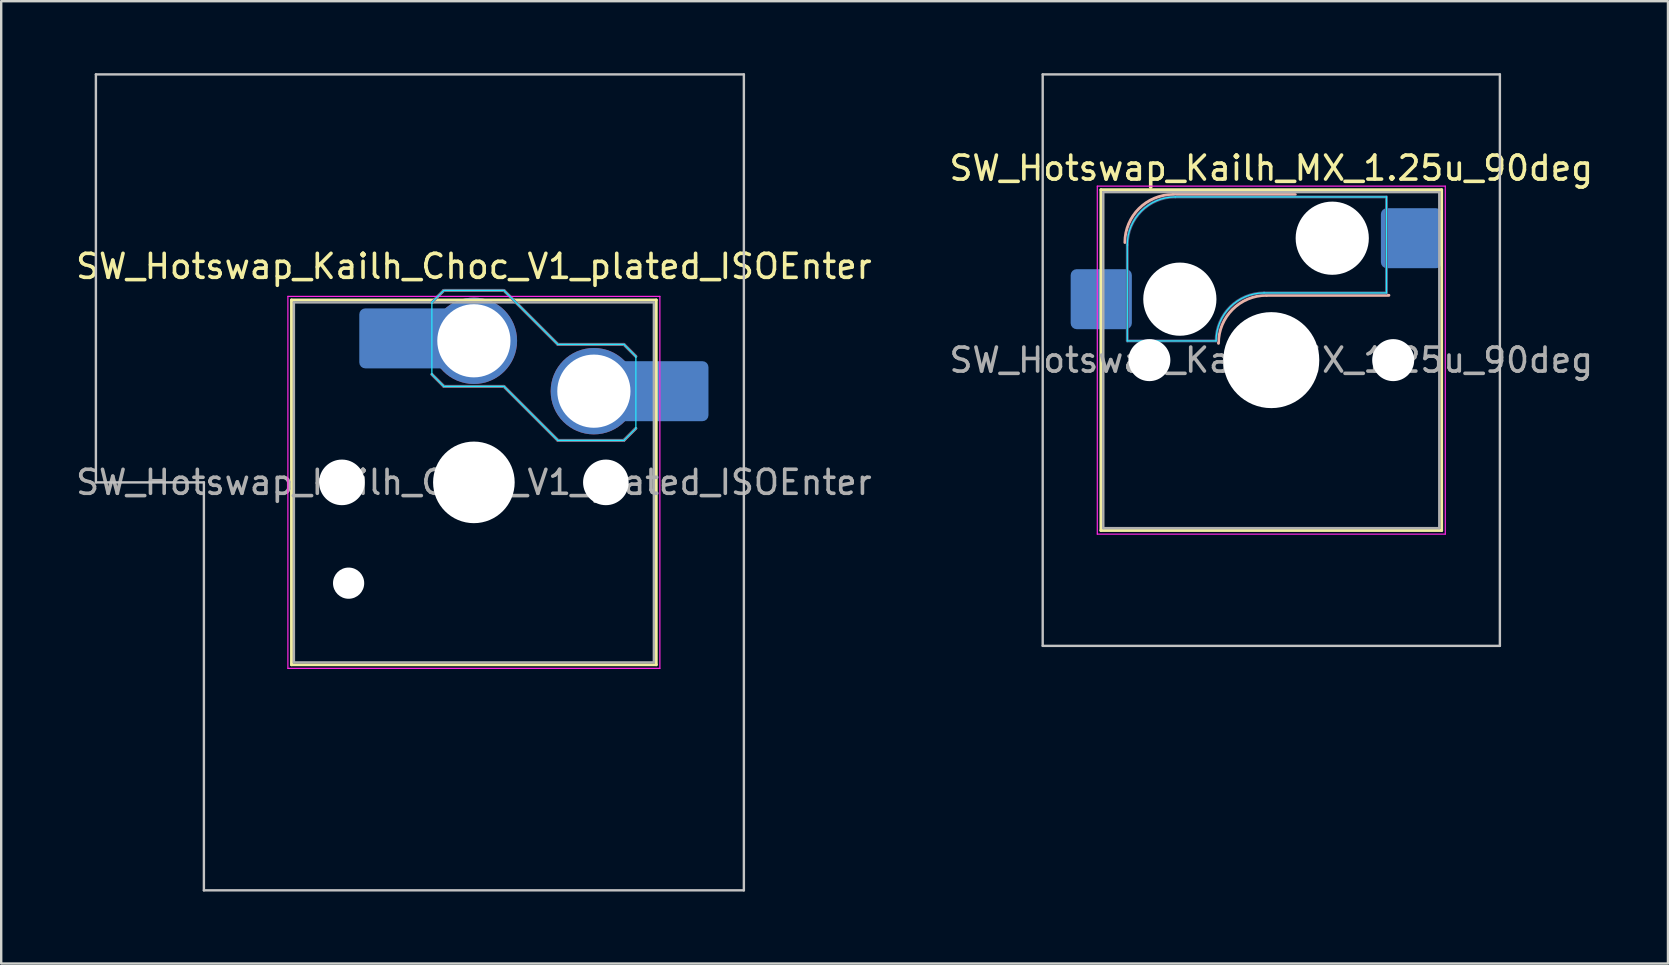
<source format=kicad_pcb>
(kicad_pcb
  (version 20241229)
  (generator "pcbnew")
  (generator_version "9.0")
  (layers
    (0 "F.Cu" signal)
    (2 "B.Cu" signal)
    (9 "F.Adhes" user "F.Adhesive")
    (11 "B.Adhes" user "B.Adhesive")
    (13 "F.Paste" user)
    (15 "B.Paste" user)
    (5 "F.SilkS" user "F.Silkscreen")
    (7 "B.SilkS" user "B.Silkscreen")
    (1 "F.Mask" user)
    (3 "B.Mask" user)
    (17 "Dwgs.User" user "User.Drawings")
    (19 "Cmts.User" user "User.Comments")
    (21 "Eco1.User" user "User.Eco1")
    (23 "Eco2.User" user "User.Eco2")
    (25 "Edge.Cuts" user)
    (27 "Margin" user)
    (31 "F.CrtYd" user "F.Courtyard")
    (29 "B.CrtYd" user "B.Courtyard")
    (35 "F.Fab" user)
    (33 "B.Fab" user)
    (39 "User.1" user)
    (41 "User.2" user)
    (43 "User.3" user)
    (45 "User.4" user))
  (footprint "SW_Hotswap_Kailh_MX_1.25u_90deg"
    (layer "F.Cu")
    (at 49.923 11.956)
    (property "Reference" "SW_Hotswap_Kailh_MX_1.25u_90deg" (at 0 -8 0) (layer "F.SilkS") (effects (font (size 1 1) (thickness 0.15))))
    (attr smd)
    (fp_line (start -7.1 -7.1) (end -7.1 7.1) (stroke (width 0.12) (type solid)) (layer "F.SilkS"))
    (fp_line (start -7.1 7.1) (end 7.1 7.1) (stroke (width 0.12) (type solid)) (layer "F.SilkS"))
    (fp_line (start 7.1 -7.1) (end -7.1 -7.1) (stroke (width 0.12) (type solid)) (layer "F.SilkS"))
    (fp_line (start 7.1 7.1) (end 7.1 -7.1) (stroke (width 0.12) (type solid)) (layer "F.SilkS"))
    (fp_line (start -4.1 -6.9) (end 1 -6.9) (stroke (width 0.12) (type solid)) (layer "B.SilkS"))
    (fp_line (start -0.2 -2.7) (end 4.9 -2.7) (stroke (width 0.12) (type solid)) (layer "B.SilkS"))
    (fp_arc (start -6.1 -4.9) (mid -5.514214 -6.314214) (end -4.1 -6.9) (stroke (width 0.12) (type solid)) (layer "B.SilkS"))
    (fp_arc (start -2.2 -0.7) (mid -1.614214 -2.114214) (end -0.2 -2.7) (stroke (width 0.12) (type solid)) (layer "B.SilkS"))
    (fp_line (start -9.525 -11.906) (end 9.525 -11.906) (stroke (width 0.1) (type solid)) (layer "Dwgs.User"))
    (fp_line (start -9.525 11.906) (end -9.525 -11.906) (stroke (width 0.1) (type solid)) (layer "Dwgs.User"))
    (fp_line (start 9.525 -11.906) (end 9.525 11.906) (stroke (width 0.1) (type solid)) (layer "Dwgs.User"))
    (fp_line (start 9.525 11.906) (end -9.525 11.906) (stroke (width 0.1) (type solid)) (layer "Dwgs.User"))
    (fp_line (start -7.8 -6) (end -7 -6) (stroke (width 0.1) (type solid)) (layer "Eco1.User"))
    (fp_line (start -7.8 -2.9) (end -7.8 -6) (stroke (width 0.1) (type solid)) (layer "Eco1.User"))
    (fp_line (start -7.8 2.9) (end -7 2.9) (stroke (width 0.1) (type solid)) (layer "Eco1.User"))
    (fp_line (start -7.8 6) (end -7.8 2.9) (stroke (width 0.1) (type solid)) (layer "Eco1.User"))
    (fp_line (start -7 -7) (end 7 -7) (stroke (width 0.1) (type solid)) (layer "Eco1.User"))
    (fp_line (start -7 -6) (end -7 -7) (stroke (width 0.1) (type solid)) (layer "Eco1.User"))
    (fp_line (start -7 -2.9) (end -7.8 -2.9) (stroke (width 0.1) (type solid)) (layer "Eco1.User"))
    (fp_line (start -7 2.9) (end -7 -2.9) (stroke (width 0.1) (type solid)) (layer "Eco1.User"))
    (fp_line (start -7 6) (end -7.8 6) (stroke (width 0.1) (type solid)) (layer "Eco1.User"))
    (fp_line (start -7 7) (end -7 6) (stroke (width 0.1) (type solid)) (layer "Eco1.User"))
    (fp_line (start 7 -7) (end 7 -6) (stroke (width 0.1) (type solid)) (layer "Eco1.User"))
    (fp_line (start 7 -6) (end 7.8 -6) (stroke (width 0.1) (type solid)) (layer "Eco1.User"))
    (fp_line (start 7 -2.9) (end 7 2.9) (stroke (width 0.1) (type solid)) (layer "Eco1.User"))
    (fp_line (start 7 2.9) (end 7.8 2.9) (stroke (width 0.1) (type solid)) (layer "Eco1.User"))
    (fp_line (start 7 6) (end 7 7) (stroke (width 0.1) (type solid)) (layer "Eco1.User"))
    (fp_line (start 7 7) (end -7 7) (stroke (width 0.1) (type solid)) (layer "Eco1.User"))
    (fp_line (start 7.8 -6) (end 7.8 -2.9) (stroke (width 0.1) (type solid)) (layer "Eco1.User"))
    (fp_line (start 7.8 -2.9) (end 7 -2.9) (stroke (width 0.1) (type solid)) (layer "Eco1.User"))
    (fp_line (start 7.8 2.9) (end 7.8 6) (stroke (width 0.1) (type solid)) (layer "Eco1.User"))
    (fp_line (start 7.8 6) (end 7 6) (stroke (width 0.1) (type solid)) (layer "Eco1.User"))
    (fp_line (start -6 -0.8) (end -6 -4.8) (stroke (width 0.05) (type solid)) (layer "B.CrtYd"))
    (fp_line (start -6 -0.8) (end -2.3 -0.8) (stroke (width 0.05) (type solid)) (layer "B.CrtYd"))
    (fp_line (start -4 -6.8) (end 4.8 -6.8) (stroke (width 0.05) (type solid)) (layer "B.CrtYd"))
    (fp_line (start -0.3 -2.8) (end 4.8 -2.8) (stroke (width 0.05) (type solid)) (layer "B.CrtYd"))
    (fp_line (start 4.8 -6.8) (end 4.8 -2.8) (stroke (width 0.05) (type solid)) (layer "B.CrtYd"))
    (fp_arc (start -6 -4.8) (mid -5.414214 -6.214214) (end -4 -6.8) (stroke (width 0.05) (type solid)) (layer "B.CrtYd"))
    (fp_arc (start -2.3 -0.8) (mid -1.714214 -2.214214) (end -0.3 -2.8) (stroke (width 0.05) (type solid)) (layer "B.CrtYd"))
    (fp_line (start -7.25 -7.25) (end -7.25 7.25) (stroke (width 0.05) (type solid)) (layer "F.CrtYd"))
    (fp_line (start -7.25 7.25) (end 7.25 7.25) (stroke (width 0.05) (type solid)) (layer "F.CrtYd"))
    (fp_line (start 7.25 -7.25) (end -7.25 -7.25) (stroke (width 0.05) (type solid)) (layer "F.CrtYd"))
    (fp_line (start 7.25 7.25) (end 7.25 -7.25) (stroke (width 0.05) (type solid)) (layer "F.CrtYd"))
    (fp_line (start -6 -0.8) (end -6 -4.8) (stroke (width 0.12) (type solid)) (layer "B.Fab"))
    (fp_line (start -6 -0.8) (end -2.3 -0.8) (stroke (width 0.12) (type solid)) (layer "B.Fab"))
    (fp_line (start -4 -6.8) (end 4.8 -6.8) (stroke (width 0.12) (type solid)) (layer "B.Fab"))
    (fp_line (start -0.3 -2.8) (end 4.8 -2.8) (stroke (width 0.12) (type solid)) (layer "B.Fab"))
    (fp_line (start 4.8 -6.8) (end 4.8 -2.8) (stroke (width 0.12) (type solid)) (layer "B.Fab"))
    (fp_arc (start -6 -4.8) (mid -5.414214 -6.214214) (end -4 -6.8) (stroke (width 0.12) (type solid)) (layer "B.Fab"))
    (fp_arc (start -2.3 -0.8) (mid -1.714214 -2.214214) (end -0.3 -2.8) (stroke (width 0.12) (type solid)) (layer "B.Fab"))
    (fp_line (start -7 -7) (end -7 7) (stroke (width 0.1) (type solid)) (layer "F.Fab"))
    (fp_line (start -7 7) (end 7 7) (stroke (width 0.1) (type solid)) (layer "F.Fab"))
    (fp_line (start 7 -7) (end -7 -7) (stroke (width 0.1) (type solid)) (layer "F.Fab"))
    (fp_line (start 7 7) (end 7 -7) (stroke (width 0.1) (type solid)) (layer "F.Fab"))
    (fp_text user "${REFERENCE}" (at 0 0 0) (layer "F.Fab") (effects (font (size 1 1) (thickness 0.15))))
    (pad "" np_thru_hole circle (at -5.08 0) (size 1.75 1.75) (drill 1.75) (layers "*.Cu" "*.Mask"))
    (pad "" np_thru_hole circle (at -3.81 -2.54) (size 3.05 3.05) (drill 3.05) (layers "*.Cu" "*.Mask"))
    (pad "" np_thru_hole circle (at 0 0) (size 4 4) (drill 4) (layers "*.Cu" "*.Mask"))
    (pad "" np_thru_hole circle (at 2.54 -5.08) (size 3.05 3.05) (drill 3.05) (layers "*.Cu" "*.Mask"))
    (pad "" np_thru_hole circle (at 5.08 0) (size 1.75 1.75) (drill 1.75) (layers "*.Cu" "*.Mask"))
    (pad "1" smd roundrect (at -7.085 -2.54) (size 2.55 2.5) (layers "B.Cu" "B.Mask" "B.Paste") (roundrect_rratio 0.1))
    (pad "2" smd roundrect (at 5.842 -5.08) (size 2.55 2.5) (layers "B.Cu" "B.Mask" "B.Paste") (roundrect_rratio 0.1)))
  (footprint "SW_Hotswap_Kailh_Choc_V1_plated_ISOEnter"
    (layer "F.Cu")
    (at 16.696 17.05)
    (property "Reference" "SW_Hotswap_Kailh_Choc_V1_plated_ISOEnter" (at 0 -9 0) (layer "F.SilkS") (effects (font (size 1 1) (thickness 0.15))))
    (attr smd)
    (fp_line (start -7.6 -7.6) (end -7.6 7.6) (stroke (width 0.12) (type solid)) (layer "F.SilkS"))
    (fp_line (start -7.6 7.6) (end 7.6 7.6) (stroke (width 0.12) (type solid)) (layer "F.SilkS"))
    (fp_line (start 7.6 -7.6) (end -7.6 -7.6) (stroke (width 0.12) (type solid)) (layer "F.SilkS"))
    (fp_line (start 7.6 7.6) (end 7.6 -7.6) (stroke (width 0.12) (type solid)) (layer "F.SilkS"))
    (fp_line (start -1.75 -7.5) (end -1.25 -8) (stroke (width 0.12) (type solid)) (layer "B.SilkS"))
    (fp_line (start -1.25 -8) (end 1.25 -8) (stroke (width 0.12) (type solid)) (layer "B.SilkS"))
    (fp_line (start -1.25 -4) (end -1.75 -4.5) (stroke (width 0.12) (type solid)) (layer "B.SilkS"))
    (fp_line (start 1.25 -8) (end 3.5 -5.75) (stroke (width 0.12) (type solid)) (layer "B.SilkS"))
    (fp_line (start 1.25 -4) (end -1.25 -4) (stroke (width 0.12) (type solid)) (layer "B.SilkS"))
    (fp_line (start 3.5 -5.75) (end 6.25 -5.75) (stroke (width 0.12) (type solid)) (layer "B.SilkS"))
    (fp_line (start 3.5 -1.75) (end 1.25 -4) (stroke (width 0.12) (type solid)) (layer "B.SilkS"))
    (fp_line (start 6.25 -5.75) (end 6.75 -5.25) (stroke (width 0.12) (type solid)) (layer "B.SilkS"))
    (fp_line (start 6.25 -1.75) (end 3.5 -1.75) (stroke (width 0.12) (type solid)) (layer "B.SilkS"))
    (fp_line (start 6.75 -2.25) (end 6.25 -1.75) (stroke (width 0.12) (type solid)) (layer "B.SilkS"))
    (fp_line (start -15.75 -17) (end -15.75 0) (stroke (width 0.1) (type solid)) (layer "Dwgs.User"))
    (fp_line (start -15.75 0) (end -11.25 0) (stroke (width 0.1) (type solid)) (layer "Dwgs.User"))
    (fp_line (start -11.25 0) (end -11.25 17) (stroke (width 0.1) (type solid)) (layer "Dwgs.User"))
    (fp_line (start -11.25 17) (end 11.25 17) (stroke (width 0.1) (type solid)) (layer "Dwgs.User"))
    (fp_line (start 11.25 -17) (end -15.75 -17) (stroke (width 0.1) (type solid)) (layer "Dwgs.User"))
    (fp_line (start 11.25 17) (end 11.25 -17) (stroke (width 0.1) (type solid)) (layer "Dwgs.User"))
    (fp_line (start -7.25 -7.25) (end -7.25 7.25) (stroke (width 0.1) (type solid)) (layer "Eco1.User"))
    (fp_line (start -7.25 7.25) (end 7.25 7.25) (stroke (width 0.1) (type solid)) (layer "Eco1.User"))
    (fp_line (start 7.25 -7.25) (end -7.25 -7.25) (stroke (width 0.1) (type solid)) (layer "Eco1.User"))
    (fp_line (start 7.25 7.25) (end 7.25 -7.25) (stroke (width 0.1) (type solid)) (layer "Eco1.User"))
    (fp_line (start -1.75 -7.5) (end -1.25 -8) (stroke (width 0.05) (type solid)) (layer "B.CrtYd"))
    (fp_line (start -1.75 -4.5) (end -1.75 -7.5) (stroke (width 0.05) (type solid)) (layer "B.CrtYd"))
    (fp_line (start -1.25 -8) (end 1.25 -8) (stroke (width 0.05) (type solid)) (layer "B.CrtYd"))
    (fp_line (start -1.25 -4) (end -1.75 -4.5) (stroke (width 0.05) (type solid)) (layer "B.CrtYd"))
    (fp_line (start 1.25 -8) (end 3.5 -5.75) (stroke (width 0.05) (type solid)) (layer "B.CrtYd"))
    (fp_line (start 1.25 -4) (end -1.25 -4) (stroke (width 0.05) (type solid)) (layer "B.CrtYd"))
    (fp_line (start 3.5 -5.75) (end 6.25 -5.75) (stroke (width 0.05) (type solid)) (layer "B.CrtYd"))
    (fp_line (start 3.5 -1.75) (end 1.25 -4) (stroke (width 0.05) (type solid)) (layer "B.CrtYd"))
    (fp_line (start 6.25 -5.75) (end 6.75 -5.25) (stroke (width 0.05) (type solid)) (layer "B.CrtYd"))
    (fp_line (start 6.25 -1.75) (end 3.5 -1.75) (stroke (width 0.05) (type solid)) (layer "B.CrtYd"))
    (fp_line (start 6.75 -5.25) (end 6.75 -2.25) (stroke (width 0.05) (type solid)) (layer "B.CrtYd"))
    (fp_line (start 6.75 -2.25) (end 6.25 -1.75) (stroke (width 0.05) (type solid)) (layer "B.CrtYd"))
    (fp_line (start -7.75 -7.75) (end -7.75 7.75) (stroke (width 0.05) (type solid)) (layer "F.CrtYd"))
    (fp_line (start -7.75 7.75) (end 7.75 7.75) (stroke (width 0.05) (type solid)) (layer "F.CrtYd"))
    (fp_line (start 7.75 -7.75) (end -7.75 -7.75) (stroke (width 0.05) (type solid)) (layer "F.CrtYd"))
    (fp_line (start 7.75 7.75) (end 7.75 -7.75) (stroke (width 0.05) (type solid)) (layer "F.CrtYd"))
    (fp_line (start -1.75 -7.5) (end -1.25 -8) (stroke (width 0.1) (type solid)) (layer "B.Fab"))
    (fp_line (start -1.25 -8) (end 1.25 -8) (stroke (width 0.1) (type solid)) (layer "B.Fab"))
    (fp_line (start -1.25 -4) (end -1.75 -4.5) (stroke (width 0.1) (type solid)) (layer "B.Fab"))
    (fp_line (start 1.25 -8) (end 3.5 -5.75) (stroke (width 0.1) (type solid)) (layer "B.Fab"))
    (fp_line (start 1.25 -4) (end -1.25 -4) (stroke (width 0.1) (type solid)) (layer "B.Fab"))
    (fp_line (start 3.5 -5.75) (end 6.25 -5.75) (stroke (width 0.1) (type solid)) (layer "B.Fab"))
    (fp_line (start 3.5 -1.75) (end 1.25 -4) (stroke (width 0.1) (type solid)) (layer "B.Fab"))
    (fp_line (start 6.25 -5.75) (end 6.75 -5.25) (stroke (width 0.1) (type solid)) (layer "B.Fab"))
    (fp_line (start 6.25 -1.75) (end 3.5 -1.75) (stroke (width 0.1) (type solid)) (layer "B.Fab"))
    (fp_line (start 6.75 -2.25) (end 6.25 -1.75) (stroke (width 0.1) (type solid)) (layer "B.Fab"))
    (fp_line (start -7.5 -7.5) (end -7.5 7.5) (stroke (width 0.1) (type solid)) (layer "F.Fab"))
    (fp_line (start -7.5 7.5) (end 7.5 7.5) (stroke (width 0.1) (type solid)) (layer "F.Fab"))
    (fp_line (start 7.5 -7.5) (end -7.5 -7.5) (stroke (width 0.1) (type solid)) (layer "F.Fab"))
    (fp_line (start 7.5 7.5) (end 7.5 -7.5) (stroke (width 0.1) (type solid)) (layer "F.Fab"))
    (fp_text user "${REFERENCE}" (at 0 0 0) (layer "F.Fab") (effects (font (size 1 1) (thickness 0.15))))
    (pad "" np_thru_hole circle (at -5.5 0) (size 1.9 1.9) (drill 1.9) (layers "*.Cu" "*.Mask"))
    (pad "" np_thru_hole circle (at -5.22 4.2) (size 1.3 1.3) (drill 1.3) (layers "*.Cu" "*.Mask"))
    (pad "" smd roundrect (at -3.5 -6) (size 2.55 2.5) (layers "B.Mask" "B.Paste") (roundrect_rratio 0.1))
    (pad "" np_thru_hole circle (at 0 0) (size 3.4 3.4) (drill 3.4) (layers "*.Cu" "*.Mask"))
    (pad "" np_thru_hole circle (at 5.5 0) (size 1.9 1.9) (drill 1.9) (layers "*.Cu" "*.Mask"))
    (pad "" smd roundrect (at 8.5 -3.8) (size 2.55 2.5) (layers "B.Mask" "B.Paste") (roundrect_rratio 0.1))
    (pad "1" smd roundrect (at -2.85 -6) (size 3.85 2.5) (layers "B.Cu") (roundrect_rratio 0.1))
    (pad "1" thru_hole circle (at 0 -5.9) (size 3.6 3.6) (drill 3.05) (layers "*.Cu" "B.Mask"))
    (pad "2" thru_hole circle (at 5 -3.8) (size 3.6 3.6) (drill 3.05) (layers "*.Cu" "B.Mask"))
    (pad "2" smd roundrect (at 7.85 -3.8) (size 3.85 2.5) (layers "B.Cu") (roundrect_rratio 0.1)))
  (gr_rect
    (start -3 -3)
    (end 66.452 37.1)
    (stroke (width 0.1) (type default))
    (fill no)
    (layer "Edge.Cuts")))
</source>
